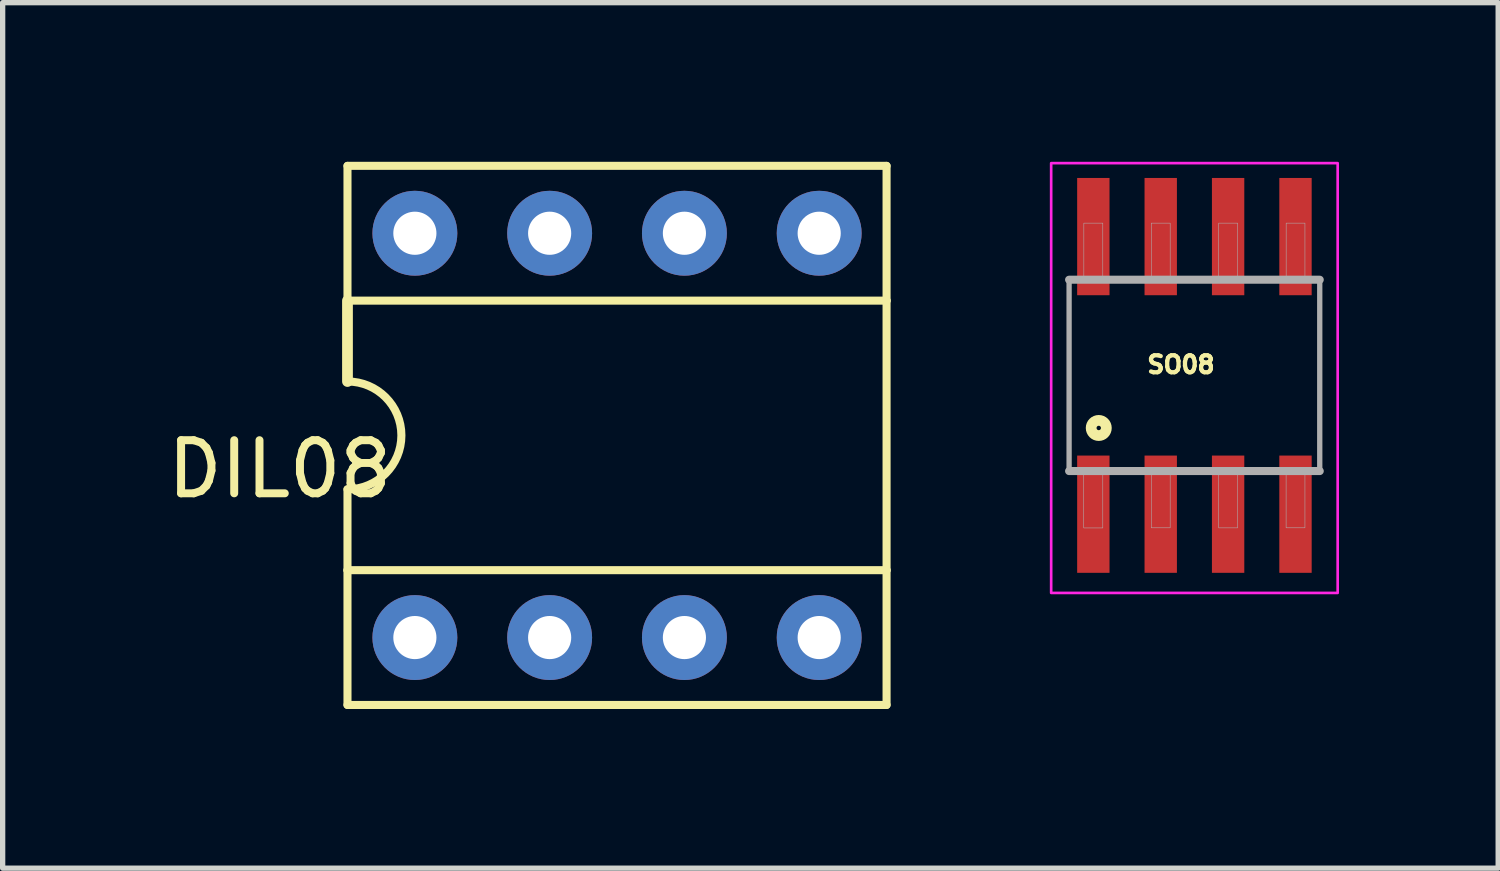
<source format=kicad_pcb>
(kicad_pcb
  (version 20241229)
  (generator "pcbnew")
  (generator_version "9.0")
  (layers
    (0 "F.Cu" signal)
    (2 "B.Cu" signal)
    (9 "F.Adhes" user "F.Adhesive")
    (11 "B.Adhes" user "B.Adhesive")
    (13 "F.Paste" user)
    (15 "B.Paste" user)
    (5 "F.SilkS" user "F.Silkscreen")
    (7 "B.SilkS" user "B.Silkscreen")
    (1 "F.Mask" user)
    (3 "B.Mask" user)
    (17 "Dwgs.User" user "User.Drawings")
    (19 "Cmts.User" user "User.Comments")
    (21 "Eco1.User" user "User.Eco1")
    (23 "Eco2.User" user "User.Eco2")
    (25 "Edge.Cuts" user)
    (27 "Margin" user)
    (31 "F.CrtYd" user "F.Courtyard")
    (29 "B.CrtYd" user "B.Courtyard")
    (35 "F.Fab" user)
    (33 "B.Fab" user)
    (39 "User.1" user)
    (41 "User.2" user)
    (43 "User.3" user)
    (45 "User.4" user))
  (footprint "SO08"
    (layer "F.Cu")
    (at 19.461 4.025)
    (property "Reference" "SO08" (at -0.254 -0.203 0) (layer "F.SilkS") (effects (font (size 0.32 0.32) (thickness 0.08))))
    (attr smd)
    (fp_circle (center -1.803 0.991) (end -1.66 0.991) (stroke (width 0.203) (type solid)) (fill no) (layer "F.SilkS"))
    (fp_rect (start -2.7 -4) (end 2.7 4.1) (stroke (width 0.05) (type default)) (fill no) (layer "F.CrtYd"))
    (fp_line (start -2.362 -1.803) (end -2.362 1.803) (stroke (width 0.1) (type default)) (layer "F.Fab"))
    (fp_line (start -2.362 1.803) (end 2.362 1.803) (stroke (width 0.152) (type solid)) (layer "F.Fab"))
    (fp_line (start 2.362 -1.803) (end -2.362 -1.803) (stroke (width 0.152) (type solid)) (layer "F.Fab"))
    (fp_line (start 2.362 1.803) (end 2.362 -1.803) (stroke (width 0.1) (type default)) (layer "F.Fab"))
    (fp_poly (pts (xy -2.086 1.854) (xy -1.727 1.854) (xy -1.727 2.875) (xy -2.086 2.875)) (stroke (width 0.01) (type solid)) (fill no) (layer "F.Fab"))
    (fp_poly (pts (xy -2.084 -2.87) (xy -1.727 -2.87) (xy -1.727 -1.856) (xy -2.084 -1.856)) (stroke (width 0.01) (type solid)) (fill no) (layer "F.Fab"))
    (fp_poly (pts (xy -0.813 -2.87) (xy -0.457 -2.87) (xy -0.457 -1.856) (xy -0.813 -1.856)) (stroke (width 0.01) (type solid)) (fill no) (layer "F.Fab"))
    (fp_poly (pts (xy -0.813 1.854) (xy -0.457 1.854) (xy -0.457 2.872) (xy -0.813 2.872)) (stroke (width 0.01) (type solid)) (fill no) (layer "F.Fab"))
    (fp_poly (pts (xy 0.458 -2.87) (xy 0.813 -2.87) (xy 0.813 -1.856) (xy 0.458 -1.856)) (stroke (width 0.01) (type solid)) (fill no) (layer "F.Fab"))
    (fp_poly (pts (xy 0.458 1.854) (xy 0.813 1.854) (xy 0.813 2.874) (xy 0.458 2.874)) (stroke (width 0.01) (type solid)) (fill no) (layer "F.Fab"))
    (fp_poly (pts (xy 1.728 1.854) (xy 2.083 1.854) (xy 2.083 2.872) (xy 1.728 2.872)) (stroke (width 0.01) (type solid)) (fill no) (layer "F.Fab"))
    (fp_poly (pts (xy 1.729 -2.87) (xy 2.083 -2.87) (xy 2.083 -1.856) (xy 1.729 -1.856)) (stroke (width 0.01) (type solid)) (fill no) (layer "F.Fab"))
    (pad "1" smd rect (at -1.905 2.616) (size 0.61 2.21) (layers "F.Cu" "F.Mask" "F.Paste"))
    (pad "2" smd rect (at -0.635 2.616) (size 0.61 2.21) (layers "F.Cu" "F.Mask" "F.Paste"))
    (pad "3" smd rect (at 0.635 2.616) (size 0.61 2.21) (layers "F.Cu" "F.Mask" "F.Paste"))
    (pad "4" smd rect (at 1.905 2.616) (size 0.61 2.21) (layers "F.Cu" "F.Mask" "F.Paste"))
    (pad "5" smd rect (at 1.905 -2.616) (size 0.61 2.21) (layers "F.Cu" "F.Mask" "F.Paste"))
    (pad "6" smd rect (at 0.635 -2.616) (size 0.61 2.21) (layers "F.Cu" "F.Mask" "F.Paste"))
    (pad "7" smd rect (at -0.635 -2.616) (size 0.61 2.21) (layers "F.Cu" "F.Mask" "F.Paste"))
    (pad "8" smd rect (at -1.905 -2.616) (size 0.61 2.21) (layers "F.Cu" "F.Mask" "F.Paste")))
  (footprint "DIL08"
    (layer "F.Cu")
    (at 8.579 5.156)
    (property "Reference" "DIL08" (at -6.357 0.636 180) (layer "F.SilkS") (effects (font (size 1.001 1.001) (thickness 0.15))))
    (attr through_hole)
    (fp_line (start -5.08 -5.08) (end -5.08 -2.54) (stroke (width 0.152) (type solid)) (layer "F.SilkS"))
    (fp_line (start -5.08 -2.54) (end -5.08 -1.016) (stroke (width 0.203) (type solid)) (layer "F.SilkS"))
    (fp_line (start -5.08 -2.54) (end 5.08 -2.54) (stroke (width 0.152) (type solid)) (layer "F.SilkS"))
    (fp_line (start -5.08 2.54) (end -5.08 1.016) (stroke (width 0.152) (type solid)) (layer "F.SilkS"))
    (fp_line (start -5.08 2.54) (end 5.08 2.54) (stroke (width 0.152) (type solid)) (layer "F.SilkS"))
    (fp_line (start -5.08 5.08) (end -5.08 2.54) (stroke (width 0.152) (type solid)) (layer "F.SilkS"))
    (fp_line (start -5.08 5.08) (end 5.08 5.08) (stroke (width 0.152) (type solid)) (layer "F.SilkS"))
    (fp_line (start 5.08 -5.08) (end -5.08 -5.08) (stroke (width 0.152) (type solid)) (layer "F.SilkS"))
    (fp_line (start 5.08 -5.08) (end 5.08 -2.54) (stroke (width 0.152) (type solid)) (layer "F.SilkS"))
    (fp_line (start 5.08 -2.54) (end 5.08 2.54) (stroke (width 0.152) (type solid)) (layer "F.SilkS"))
    (fp_line (start 5.08 2.54) (end 5.08 5.08) (stroke (width 0.152) (type solid)) (layer "F.SilkS"))
    (fp_arc (start -5.08 -1.016) (mid -4.064 0) (end -5.08 1.016) (stroke (width 0.1524) (type solid)) (layer "F.SilkS"))
    (pad "1" thru_hole circle (at -3.81 3.81) (size 1.6 1.6) (drill 0.813) (layers "*.Cu" "*.Mask"))
    (pad "2" thru_hole circle (at -1.27 3.81) (size 1.6 1.6) (drill 0.813) (layers "*.Cu" "*.Mask"))
    (pad "3" thru_hole circle (at 1.27 3.81) (size 1.6 1.6) (drill 0.813) (layers "*.Cu" "*.Mask"))
    (pad "4" thru_hole circle (at 3.81 3.81) (size 1.6 1.6) (drill 0.813) (layers "*.Cu" "*.Mask"))
    (pad "5" thru_hole circle (at 3.81 -3.81) (size 1.6 1.6) (drill 0.813) (layers "*.Cu" "*.Mask"))
    (pad "6" thru_hole circle (at 1.27 -3.81) (size 1.6 1.6) (drill 0.813) (layers "*.Cu" "*.Mask"))
    (pad "7" thru_hole circle (at -1.27 -3.81) (size 1.6 1.6) (drill 0.813) (layers "*.Cu" "*.Mask"))
    (pad "8" thru_hole circle (at -3.81 -3.81) (size 1.6 1.6) (drill 0.813) (layers "*.Cu" "*.Mask")))
  (gr_rect
    (start -3 -3)
    (end 25.186 13.312)
    (stroke (width 0.1) (type default))
    (fill no)
    (layer "Edge.Cuts")))
</source>
